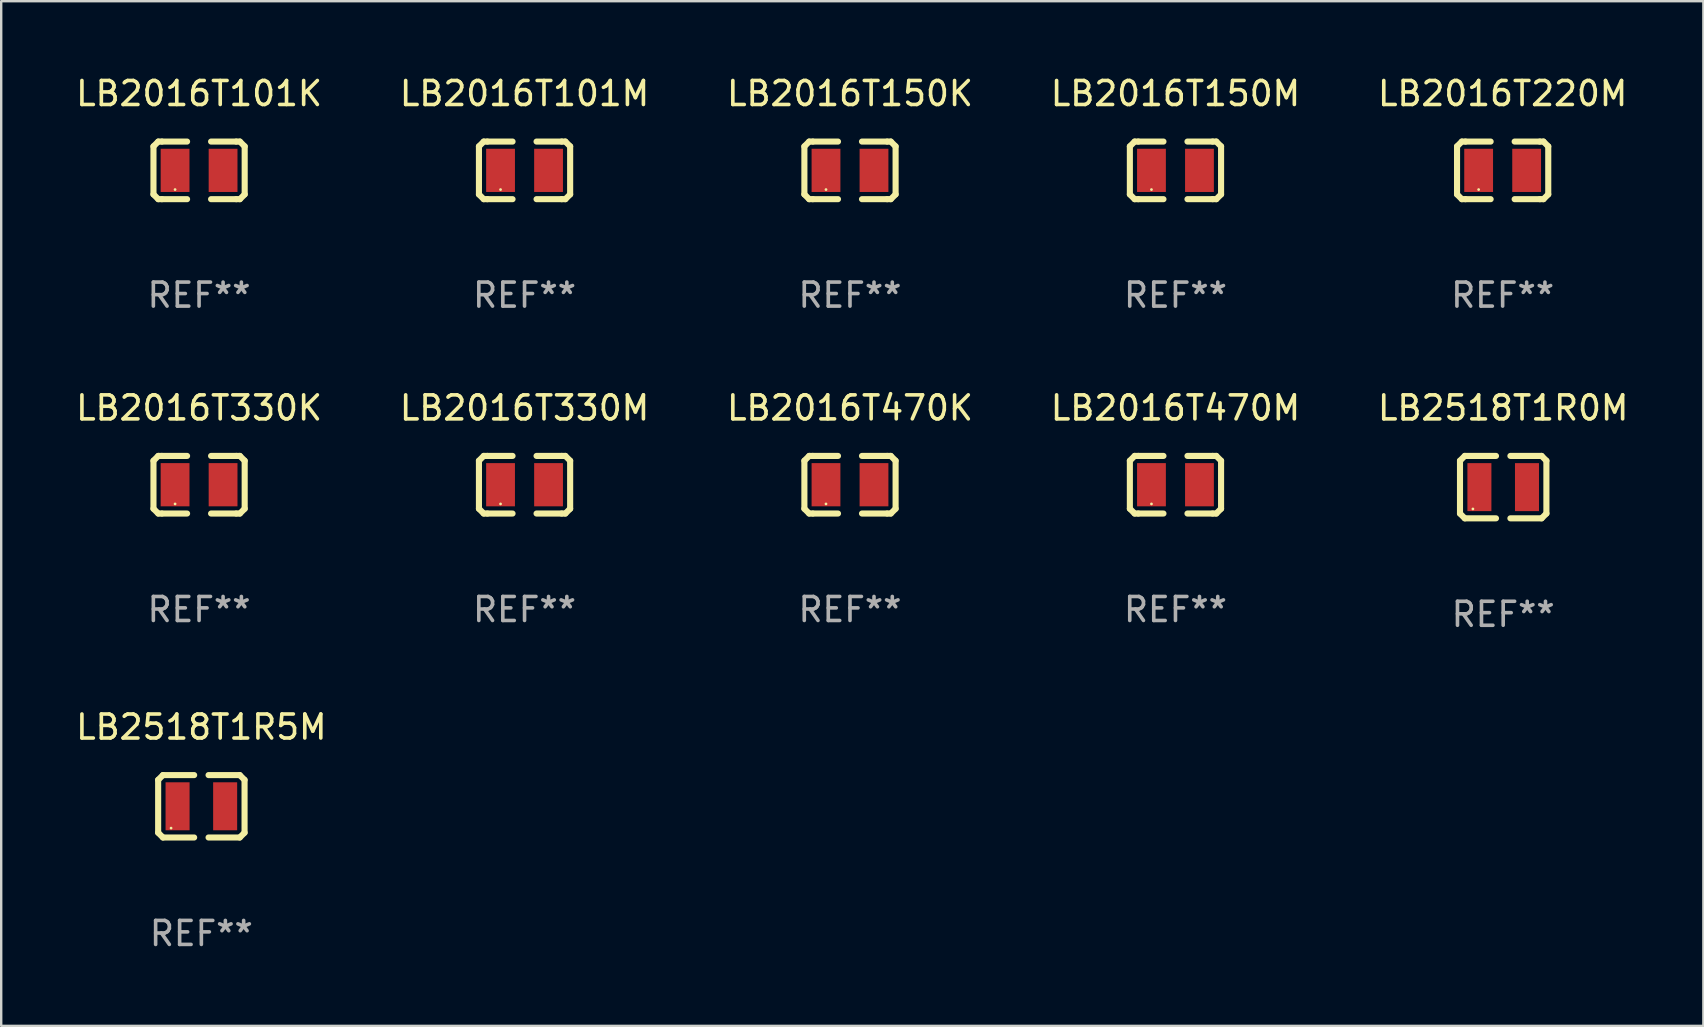
<source format=kicad_pcb>
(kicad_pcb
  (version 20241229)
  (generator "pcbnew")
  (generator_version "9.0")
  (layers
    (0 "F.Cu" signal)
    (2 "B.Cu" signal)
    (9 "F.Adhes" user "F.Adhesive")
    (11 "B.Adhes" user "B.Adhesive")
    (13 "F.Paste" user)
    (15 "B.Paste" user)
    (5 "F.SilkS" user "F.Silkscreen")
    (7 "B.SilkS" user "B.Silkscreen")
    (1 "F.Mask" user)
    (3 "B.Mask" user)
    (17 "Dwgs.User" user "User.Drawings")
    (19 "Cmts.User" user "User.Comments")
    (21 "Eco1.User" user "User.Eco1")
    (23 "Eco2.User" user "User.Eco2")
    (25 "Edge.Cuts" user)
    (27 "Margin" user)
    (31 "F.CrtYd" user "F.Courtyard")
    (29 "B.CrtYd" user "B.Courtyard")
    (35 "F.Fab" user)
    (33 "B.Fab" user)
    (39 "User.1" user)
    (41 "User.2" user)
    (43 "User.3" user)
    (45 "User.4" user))
  (footprint "LB2016T220M"
    (layer "F.Cu")
    (at 59.554 4.048)
    (property "Reference" "LB2016T220M" (at 0 -3.2 0) (layer "F.SilkS") (effects (font (size 1 1) (thickness 0.15))))
    (attr through_hole)
    (fp_line (start -1.9 -1) (end -1.9 1) (stroke (width 0.254) (type solid)) (layer "F.SilkS"))
    (fp_line (start -1.7 -1.2) (end -1.9 -1) (stroke (width 0.254) (type solid)) (layer "F.SilkS"))
    (fp_line (start -1.7 1.2) (end -1.9 1) (stroke (width 0.254) (type solid)) (layer "F.SilkS"))
    (fp_line (start -1.55 -1.2) (end -1.7 -1.2) (stroke (width 0.254) (type solid)) (layer "F.SilkS"))
    (fp_line (start -1.55 1.2) (end -1.7 1.2) (stroke (width 0.254) (type solid)) (layer "F.SilkS"))
    (fp_line (start -0.5 -1.2) (end -1.55 -1.2) (stroke (width 0.254) (type solid)) (layer "F.SilkS"))
    (fp_line (start -0.5 1.2) (end -1.55 1.2) (stroke (width 0.254) (type solid)) (layer "F.SilkS"))
    (fp_line (start 0.5 -1.2) (end 1.55 -1.2) (stroke (width 0.254) (type solid)) (layer "F.SilkS"))
    (fp_line (start 0.5 1.2) (end 1.55 1.2) (stroke (width 0.254) (type solid)) (layer "F.SilkS"))
    (fp_line (start 1.55 -1.2) (end 1.7 -1.2) (stroke (width 0.254) (type solid)) (layer "F.SilkS"))
    (fp_line (start 1.55 1.2) (end 1.7 1.2) (stroke (width 0.254) (type solid)) (layer "F.SilkS"))
    (fp_line (start 1.7 -1.2) (end 1.9 -1) (stroke (width 0.254) (type solid)) (layer "F.SilkS"))
    (fp_line (start 1.7 1.2) (end 1.9 1) (stroke (width 0.254) (type solid)) (layer "F.SilkS"))
    (fp_line (start 1.9 -1) (end 1.9 1) (stroke (width 0.254) (type solid)) (layer "F.SilkS"))
    (fp_circle (center -1 0.8) (end -0.97 0.8) (stroke (width 0.06) (type solid)) (fill no) (layer "F.SilkS"))
    (fp_text user "REF**" (at 0 5.2 0) (layer "F.Fab") (effects (font (size 1 1) (thickness 0.15))))
    (pad "1" smd rect (at -1 0) (size 1.2 1.8) (layers "F.Cu" "F.Mask" "F.Paste"))
    (pad "2" smd rect (at 1 0) (size 1.2 1.8) (layers "F.Cu" "F.Mask" "F.Paste")))
  (footprint "LB2518T1R0M"
    (layer "F.Cu")
    (at 59.577 17.245)
    (property "Reference" "LB2518T1R0M" (at 0 -3.3 0) (layer "F.SilkS") (effects (font (size 1 1) (thickness 0.15))))
    (attr through_hole)
    (fp_line (start -1.8 -1.1) (end -1.8 1.1) (stroke (width 0.254) (type solid)) (layer "F.SilkS"))
    (fp_line (start -1.8 1.1) (end -1.6 1.3) (stroke (width 0.254) (type solid)) (layer "F.SilkS"))
    (fp_line (start -1.6 -1.3) (end -1.8 -1.1) (stroke (width 0.254) (type solid)) (layer "F.SilkS"))
    (fp_line (start -1.6 1.3) (end -0.3 1.3) (stroke (width 0.254) (type solid)) (layer "F.SilkS"))
    (fp_line (start -0.3 -1.3) (end -1.6 -1.3) (stroke (width 0.254) (type solid)) (layer "F.SilkS"))
    (fp_line (start 0.3 1.3) (end 1.6 1.3) (stroke (width 0.254) (type solid)) (layer "F.SilkS"))
    (fp_line (start 1.6 -1.3) (end 0.3 -1.3) (stroke (width 0.254) (type solid)) (layer "F.SilkS"))
    (fp_line (start 1.6 1.3) (end 1.8 1.1) (stroke (width 0.254) (type solid)) (layer "F.SilkS"))
    (fp_line (start 1.8 -1.1) (end 1.6 -1.3) (stroke (width 0.254) (type solid)) (layer "F.SilkS"))
    (fp_line (start 1.8 1.1) (end 1.8 -1.1) (stroke (width 0.254) (type solid)) (layer "F.SilkS"))
    (fp_circle (center -1.262 0.909) (end -1.232 0.909) (stroke (width 0.06) (type solid)) (fill no) (layer "F.SilkS"))
    (fp_text user "REF**" (at 0 5.3 0) (layer "F.Fab") (effects (font (size 1 1) (thickness 0.15))))
    (pad "1" smd rect (at -0.991 -0.00014 90) (size 1.999 1) (layers "F.Cu" "F.Mask" "F.Paste"))
    (pad "2" smd rect (at 0.991 -0.00014 90) (size 1.999 1) (layers "F.Cu" "F.Mask" "F.Paste")))
  (footprint "LB2016T101M"
    (layer "F.Cu")
    (at 18.804 4.048)
    (property "Reference" "LB2016T101M" (at 0 -3.2 0) (layer "F.SilkS") (effects (font (size 1 1) (thickness 0.15))))
    (attr through_hole)
    (fp_line (start -1.9 -1) (end -1.9 1) (stroke (width 0.254) (type solid)) (layer "F.SilkS"))
    (fp_line (start -1.7 -1.2) (end -1.9 -1) (stroke (width 0.254) (type solid)) (layer "F.SilkS"))
    (fp_line (start -1.7 1.2) (end -1.9 1) (stroke (width 0.254) (type solid)) (layer "F.SilkS"))
    (fp_line (start -1.55 -1.2) (end -1.7 -1.2) (stroke (width 0.254) (type solid)) (layer "F.SilkS"))
    (fp_line (start -1.55 1.2) (end -1.7 1.2) (stroke (width 0.254) (type solid)) (layer "F.SilkS"))
    (fp_line (start -0.5 -1.2) (end -1.55 -1.2) (stroke (width 0.254) (type solid)) (layer "F.SilkS"))
    (fp_line (start -0.5 1.2) (end -1.55 1.2) (stroke (width 0.254) (type solid)) (layer "F.SilkS"))
    (fp_line (start 0.5 -1.2) (end 1.55 -1.2) (stroke (width 0.254) (type solid)) (layer "F.SilkS"))
    (fp_line (start 0.5 1.2) (end 1.55 1.2) (stroke (width 0.254) (type solid)) (layer "F.SilkS"))
    (fp_line (start 1.55 -1.2) (end 1.7 -1.2) (stroke (width 0.254) (type solid)) (layer "F.SilkS"))
    (fp_line (start 1.55 1.2) (end 1.7 1.2) (stroke (width 0.254) (type solid)) (layer "F.SilkS"))
    (fp_line (start 1.7 -1.2) (end 1.9 -1) (stroke (width 0.254) (type solid)) (layer "F.SilkS"))
    (fp_line (start 1.7 1.2) (end 1.9 1) (stroke (width 0.254) (type solid)) (layer "F.SilkS"))
    (fp_line (start 1.9 -1) (end 1.9 1) (stroke (width 0.254) (type solid)) (layer "F.SilkS"))
    (fp_circle (center -1 0.8) (end -0.97 0.8) (stroke (width 0.06) (type solid)) (fill no) (layer "F.SilkS"))
    (fp_text user "REF**" (at 0 5.2 0) (layer "F.Fab") (effects (font (size 1 1) (thickness 0.15))))
    (pad "1" smd rect (at -1 0) (size 1.2 1.8) (layers "F.Cu" "F.Mask" "F.Paste"))
    (pad "2" smd rect (at 1 0) (size 1.2 1.8) (layers "F.Cu" "F.Mask" "F.Paste")))
  (footprint "LB2016T470M"
    (layer "F.Cu")
    (at 45.923 17.145)
    (property "Reference" "LB2016T470M" (at 0 -3.2 0) (layer "F.SilkS") (effects (font (size 1 1) (thickness 0.15))))
    (attr through_hole)
    (fp_line (start -1.9 -1) (end -1.9 1) (stroke (width 0.254) (type solid)) (layer "F.SilkS"))
    (fp_line (start -1.7 -1.2) (end -1.9 -1) (stroke (width 0.254) (type solid)) (layer "F.SilkS"))
    (fp_line (start -1.7 1.2) (end -1.9 1) (stroke (width 0.254) (type solid)) (layer "F.SilkS"))
    (fp_line (start -1.55 -1.2) (end -1.7 -1.2) (stroke (width 0.254) (type solid)) (layer "F.SilkS"))
    (fp_line (start -1.55 1.2) (end -1.7 1.2) (stroke (width 0.254) (type solid)) (layer "F.SilkS"))
    (fp_line (start -0.5 -1.2) (end -1.55 -1.2) (stroke (width 0.254) (type solid)) (layer "F.SilkS"))
    (fp_line (start -0.5 1.2) (end -1.55 1.2) (stroke (width 0.254) (type solid)) (layer "F.SilkS"))
    (fp_line (start 0.5 -1.2) (end 1.55 -1.2) (stroke (width 0.254) (type solid)) (layer "F.SilkS"))
    (fp_line (start 0.5 1.2) (end 1.55 1.2) (stroke (width 0.254) (type solid)) (layer "F.SilkS"))
    (fp_line (start 1.55 -1.2) (end 1.7 -1.2) (stroke (width 0.254) (type solid)) (layer "F.SilkS"))
    (fp_line (start 1.55 1.2) (end 1.7 1.2) (stroke (width 0.254) (type solid)) (layer "F.SilkS"))
    (fp_line (start 1.7 -1.2) (end 1.9 -1) (stroke (width 0.254) (type solid)) (layer "F.SilkS"))
    (fp_line (start 1.7 1.2) (end 1.9 1) (stroke (width 0.254) (type solid)) (layer "F.SilkS"))
    (fp_line (start 1.9 -1) (end 1.9 1) (stroke (width 0.254) (type solid)) (layer "F.SilkS"))
    (fp_circle (center -1 0.8) (end -0.97 0.8) (stroke (width 0.06) (type solid)) (fill no) (layer "F.SilkS"))
    (fp_text user "REF**" (at 0 5.2 0) (layer "F.Fab") (effects (font (size 1 1) (thickness 0.15))))
    (pad "1" smd rect (at -1 0) (size 1.2 1.8) (layers "F.Cu" "F.Mask" "F.Paste"))
    (pad "2" smd rect (at 1 0) (size 1.2 1.8) (layers "F.Cu" "F.Mask" "F.Paste")))
  (footprint "LB2016T330M"
    (layer "F.Cu")
    (at 18.804 17.145)
    (property "Reference" "LB2016T330M" (at 0 -3.2 0) (layer "F.SilkS") (effects (font (size 1 1) (thickness 0.15))))
    (attr through_hole)
    (fp_line (start -1.9 -1) (end -1.9 1) (stroke (width 0.254) (type solid)) (layer "F.SilkS"))
    (fp_line (start -1.7 -1.2) (end -1.9 -1) (stroke (width 0.254) (type solid)) (layer "F.SilkS"))
    (fp_line (start -1.7 1.2) (end -1.9 1) (stroke (width 0.254) (type solid)) (layer "F.SilkS"))
    (fp_line (start -1.55 -1.2) (end -1.7 -1.2) (stroke (width 0.254) (type solid)) (layer "F.SilkS"))
    (fp_line (start -1.55 1.2) (end -1.7 1.2) (stroke (width 0.254) (type solid)) (layer "F.SilkS"))
    (fp_line (start -0.5 -1.2) (end -1.55 -1.2) (stroke (width 0.254) (type solid)) (layer "F.SilkS"))
    (fp_line (start -0.5 1.2) (end -1.55 1.2) (stroke (width 0.254) (type solid)) (layer "F.SilkS"))
    (fp_line (start 0.5 -1.2) (end 1.55 -1.2) (stroke (width 0.254) (type solid)) (layer "F.SilkS"))
    (fp_line (start 0.5 1.2) (end 1.55 1.2) (stroke (width 0.254) (type solid)) (layer "F.SilkS"))
    (fp_line (start 1.55 -1.2) (end 1.7 -1.2) (stroke (width 0.254) (type solid)) (layer "F.SilkS"))
    (fp_line (start 1.55 1.2) (end 1.7 1.2) (stroke (width 0.254) (type solid)) (layer "F.SilkS"))
    (fp_line (start 1.7 -1.2) (end 1.9 -1) (stroke (width 0.254) (type solid)) (layer "F.SilkS"))
    (fp_line (start 1.7 1.2) (end 1.9 1) (stroke (width 0.254) (type solid)) (layer "F.SilkS"))
    (fp_line (start 1.9 -1) (end 1.9 1) (stroke (width 0.254) (type solid)) (layer "F.SilkS"))
    (fp_circle (center -1 0.8) (end -0.97 0.8) (stroke (width 0.06) (type solid)) (fill no) (layer "F.SilkS"))
    (fp_text user "REF**" (at 0 5.2 0) (layer "F.Fab") (effects (font (size 1 1) (thickness 0.15))))
    (pad "1" smd rect (at -1 0) (size 1.2 1.8) (layers "F.Cu" "F.Mask" "F.Paste"))
    (pad "2" smd rect (at 1 0) (size 1.2 1.8) (layers "F.Cu" "F.Mask" "F.Paste")))
  (footprint "LB2016T330K"
    (layer "F.Cu")
    (at 5.244 17.145)
    (property "Reference" "LB2016T330K" (at 0 -3.2 0) (layer "F.SilkS") (effects (font (size 1 1) (thickness 0.15))))
    (attr through_hole)
    (fp_line (start -1.9 -1) (end -1.9 1) (stroke (width 0.254) (type solid)) (layer "F.SilkS"))
    (fp_line (start -1.7 -1.2) (end -1.9 -1) (stroke (width 0.254) (type solid)) (layer "F.SilkS"))
    (fp_line (start -1.7 1.2) (end -1.9 1) (stroke (width 0.254) (type solid)) (layer "F.SilkS"))
    (fp_line (start -1.55 -1.2) (end -1.7 -1.2) (stroke (width 0.254) (type solid)) (layer "F.SilkS"))
    (fp_line (start -1.55 1.2) (end -1.7 1.2) (stroke (width 0.254) (type solid)) (layer "F.SilkS"))
    (fp_line (start -0.5 -1.2) (end -1.55 -1.2) (stroke (width 0.254) (type solid)) (layer "F.SilkS"))
    (fp_line (start -0.5 1.2) (end -1.55 1.2) (stroke (width 0.254) (type solid)) (layer "F.SilkS"))
    (fp_line (start 0.5 -1.2) (end 1.55 -1.2) (stroke (width 0.254) (type solid)) (layer "F.SilkS"))
    (fp_line (start 0.5 1.2) (end 1.55 1.2) (stroke (width 0.254) (type solid)) (layer "F.SilkS"))
    (fp_line (start 1.55 -1.2) (end 1.7 -1.2) (stroke (width 0.254) (type solid)) (layer "F.SilkS"))
    (fp_line (start 1.55 1.2) (end 1.7 1.2) (stroke (width 0.254) (type solid)) (layer "F.SilkS"))
    (fp_line (start 1.7 -1.2) (end 1.9 -1) (stroke (width 0.254) (type solid)) (layer "F.SilkS"))
    (fp_line (start 1.7 1.2) (end 1.9 1) (stroke (width 0.254) (type solid)) (layer "F.SilkS"))
    (fp_line (start 1.9 -1) (end 1.9 1) (stroke (width 0.254) (type solid)) (layer "F.SilkS"))
    (fp_circle (center -1 0.8) (end -0.97 0.8) (stroke (width 0.06) (type solid)) (fill no) (layer "F.SilkS"))
    (fp_text user "REF**" (at 0 5.2 0) (layer "F.Fab") (effects (font (size 1 1) (thickness 0.15))))
    (pad "1" smd rect (at -1 0) (size 1.2 1.8) (layers "F.Cu" "F.Mask" "F.Paste"))
    (pad "2" smd rect (at 1 0) (size 1.2 1.8) (layers "F.Cu" "F.Mask" "F.Paste")))
  (footprint "LB2016T150K"
    (layer "F.Cu")
    (at 32.363 4.048)
    (property "Reference" "LB2016T150K" (at 0 -3.2 0) (layer "F.SilkS") (effects (font (size 1 1) (thickness 0.15))))
    (attr through_hole)
    (fp_line (start -1.9 -1) (end -1.9 1) (stroke (width 0.254) (type solid)) (layer "F.SilkS"))
    (fp_line (start -1.7 -1.2) (end -1.9 -1) (stroke (width 0.254) (type solid)) (layer "F.SilkS"))
    (fp_line (start -1.7 1.2) (end -1.9 1) (stroke (width 0.254) (type solid)) (layer "F.SilkS"))
    (fp_line (start -1.55 -1.2) (end -1.7 -1.2) (stroke (width 0.254) (type solid)) (layer "F.SilkS"))
    (fp_line (start -1.55 1.2) (end -1.7 1.2) (stroke (width 0.254) (type solid)) (layer "F.SilkS"))
    (fp_line (start -0.5 -1.2) (end -1.55 -1.2) (stroke (width 0.254) (type solid)) (layer "F.SilkS"))
    (fp_line (start -0.5 1.2) (end -1.55 1.2) (stroke (width 0.254) (type solid)) (layer "F.SilkS"))
    (fp_line (start 0.5 -1.2) (end 1.55 -1.2) (stroke (width 0.254) (type solid)) (layer "F.SilkS"))
    (fp_line (start 0.5 1.2) (end 1.55 1.2) (stroke (width 0.254) (type solid)) (layer "F.SilkS"))
    (fp_line (start 1.55 -1.2) (end 1.7 -1.2) (stroke (width 0.254) (type solid)) (layer "F.SilkS"))
    (fp_line (start 1.55 1.2) (end 1.7 1.2) (stroke (width 0.254) (type solid)) (layer "F.SilkS"))
    (fp_line (start 1.7 -1.2) (end 1.9 -1) (stroke (width 0.254) (type solid)) (layer "F.SilkS"))
    (fp_line (start 1.7 1.2) (end 1.9 1) (stroke (width 0.254) (type solid)) (layer "F.SilkS"))
    (fp_line (start 1.9 -1) (end 1.9 1) (stroke (width 0.254) (type solid)) (layer "F.SilkS"))
    (fp_circle (center -1 0.8) (end -0.97 0.8) (stroke (width 0.06) (type solid)) (fill no) (layer "F.SilkS"))
    (fp_text user "REF**" (at 0 5.2 0) (layer "F.Fab") (effects (font (size 1 1) (thickness 0.15))))
    (pad "1" smd rect (at -1 0) (size 1.2 1.8) (layers "F.Cu" "F.Mask" "F.Paste"))
    (pad "2" smd rect (at 1 0) (size 1.2 1.8) (layers "F.Cu" "F.Mask" "F.Paste")))
  (footprint "LB2016T470K"
    (layer "F.Cu")
    (at 32.363 17.145)
    (property "Reference" "LB2016T470K" (at 0 -3.2 0) (layer "F.SilkS") (effects (font (size 1 1) (thickness 0.15))))
    (attr through_hole)
    (fp_line (start -1.9 -1) (end -1.9 1) (stroke (width 0.254) (type solid)) (layer "F.SilkS"))
    (fp_line (start -1.7 -1.2) (end -1.9 -1) (stroke (width 0.254) (type solid)) (layer "F.SilkS"))
    (fp_line (start -1.7 1.2) (end -1.9 1) (stroke (width 0.254) (type solid)) (layer "F.SilkS"))
    (fp_line (start -1.55 -1.2) (end -1.7 -1.2) (stroke (width 0.254) (type solid)) (layer "F.SilkS"))
    (fp_line (start -1.55 1.2) (end -1.7 1.2) (stroke (width 0.254) (type solid)) (layer "F.SilkS"))
    (fp_line (start -0.5 -1.2) (end -1.55 -1.2) (stroke (width 0.254) (type solid)) (layer "F.SilkS"))
    (fp_line (start -0.5 1.2) (end -1.55 1.2) (stroke (width 0.254) (type solid)) (layer "F.SilkS"))
    (fp_line (start 0.5 -1.2) (end 1.55 -1.2) (stroke (width 0.254) (type solid)) (layer "F.SilkS"))
    (fp_line (start 0.5 1.2) (end 1.55 1.2) (stroke (width 0.254) (type solid)) (layer "F.SilkS"))
    (fp_line (start 1.55 -1.2) (end 1.7 -1.2) (stroke (width 0.254) (type solid)) (layer "F.SilkS"))
    (fp_line (start 1.55 1.2) (end 1.7 1.2) (stroke (width 0.254) (type solid)) (layer "F.SilkS"))
    (fp_line (start 1.7 -1.2) (end 1.9 -1) (stroke (width 0.254) (type solid)) (layer "F.SilkS"))
    (fp_line (start 1.7 1.2) (end 1.9 1) (stroke (width 0.254) (type solid)) (layer "F.SilkS"))
    (fp_line (start 1.9 -1) (end 1.9 1) (stroke (width 0.254) (type solid)) (layer "F.SilkS"))
    (fp_circle (center -1 0.8) (end -0.97 0.8) (stroke (width 0.06) (type solid)) (fill no) (layer "F.SilkS"))
    (fp_text user "REF**" (at 0 5.2 0) (layer "F.Fab") (effects (font (size 1 1) (thickness 0.15))))
    (pad "1" smd rect (at -1 0) (size 1.2 1.8) (layers "F.Cu" "F.Mask" "F.Paste"))
    (pad "2" smd rect (at 1 0) (size 1.2 1.8) (layers "F.Cu" "F.Mask" "F.Paste")))
  (footprint "LB2518T1R5M"
    (layer "F.Cu")
    (at 5.339 30.542)
    (property "Reference" "LB2518T1R5M" (at 0 -3.3 0) (layer "F.SilkS") (effects (font (size 1 1) (thickness 0.15))))
    (attr through_hole)
    (fp_line (start -1.8 -1.1) (end -1.8 1.1) (stroke (width 0.254) (type solid)) (layer "F.SilkS"))
    (fp_line (start -1.8 1.1) (end -1.6 1.3) (stroke (width 0.254) (type solid)) (layer "F.SilkS"))
    (fp_line (start -1.6 -1.3) (end -1.8 -1.1) (stroke (width 0.254) (type solid)) (layer "F.SilkS"))
    (fp_line (start -1.6 1.3) (end -0.3 1.3) (stroke (width 0.254) (type solid)) (layer "F.SilkS"))
    (fp_line (start -0.3 -1.3) (end -1.6 -1.3) (stroke (width 0.254) (type solid)) (layer "F.SilkS"))
    (fp_line (start 0.3 1.3) (end 1.6 1.3) (stroke (width 0.254) (type solid)) (layer "F.SilkS"))
    (fp_line (start 1.6 -1.3) (end 0.3 -1.3) (stroke (width 0.254) (type solid)) (layer "F.SilkS"))
    (fp_line (start 1.6 1.3) (end 1.8 1.1) (stroke (width 0.254) (type solid)) (layer "F.SilkS"))
    (fp_line (start 1.8 -1.1) (end 1.6 -1.3) (stroke (width 0.254) (type solid)) (layer "F.SilkS"))
    (fp_line (start 1.8 1.1) (end 1.8 -1.1) (stroke (width 0.254) (type solid)) (layer "F.SilkS"))
    (fp_circle (center -1.262 0.909) (end -1.232 0.909) (stroke (width 0.06) (type solid)) (fill no) (layer "F.SilkS"))
    (fp_text user "REF**" (at 0 5.3 0) (layer "F.Fab") (effects (font (size 1 1) (thickness 0.15))))
    (pad "1" smd rect (at -0.991 -0.00014 90) (size 1.999 1) (layers "F.Cu" "F.Mask" "F.Paste"))
    (pad "2" smd rect (at 0.991 -0.00014 90) (size 1.999 1) (layers "F.Cu" "F.Mask" "F.Paste")))
  (footprint "LB2016T101K"
    (layer "F.Cu")
    (at 5.244 4.048)
    (property "Reference" "LB2016T101K" (at 0 -3.2 0) (layer "F.SilkS") (effects (font (size 1 1) (thickness 0.15))))
    (attr through_hole)
    (fp_line (start -1.9 -1) (end -1.9 1) (stroke (width 0.254) (type solid)) (layer "F.SilkS"))
    (fp_line (start -1.7 -1.2) (end -1.9 -1) (stroke (width 0.254) (type solid)) (layer "F.SilkS"))
    (fp_line (start -1.7 1.2) (end -1.9 1) (stroke (width 0.254) (type solid)) (layer "F.SilkS"))
    (fp_line (start -1.55 -1.2) (end -1.7 -1.2) (stroke (width 0.254) (type solid)) (layer "F.SilkS"))
    (fp_line (start -1.55 1.2) (end -1.7 1.2) (stroke (width 0.254) (type solid)) (layer "F.SilkS"))
    (fp_line (start -0.5 -1.2) (end -1.55 -1.2) (stroke (width 0.254) (type solid)) (layer "F.SilkS"))
    (fp_line (start -0.5 1.2) (end -1.55 1.2) (stroke (width 0.254) (type solid)) (layer "F.SilkS"))
    (fp_line (start 0.5 -1.2) (end 1.55 -1.2) (stroke (width 0.254) (type solid)) (layer "F.SilkS"))
    (fp_line (start 0.5 1.2) (end 1.55 1.2) (stroke (width 0.254) (type solid)) (layer "F.SilkS"))
    (fp_line (start 1.55 -1.2) (end 1.7 -1.2) (stroke (width 0.254) (type solid)) (layer "F.SilkS"))
    (fp_line (start 1.55 1.2) (end 1.7 1.2) (stroke (width 0.254) (type solid)) (layer "F.SilkS"))
    (fp_line (start 1.7 -1.2) (end 1.9 -1) (stroke (width 0.254) (type solid)) (layer "F.SilkS"))
    (fp_line (start 1.7 1.2) (end 1.9 1) (stroke (width 0.254) (type solid)) (layer "F.SilkS"))
    (fp_line (start 1.9 -1) (end 1.9 1) (stroke (width 0.254) (type solid)) (layer "F.SilkS"))
    (fp_circle (center -1 0.8) (end -0.97 0.8) (stroke (width 0.06) (type solid)) (fill no) (layer "F.SilkS"))
    (fp_text user "REF**" (at 0 5.2 0) (layer "F.Fab") (effects (font (size 1 1) (thickness 0.15))))
    (pad "1" smd rect (at -1 0) (size 1.2 1.8) (layers "F.Cu" "F.Mask" "F.Paste"))
    (pad "2" smd rect (at 1 0) (size 1.2 1.8) (layers "F.Cu" "F.Mask" "F.Paste")))
  (footprint "LB2016T150M"
    (layer "F.Cu")
    (at 45.923 4.048)
    (property "Reference" "LB2016T150M" (at 0 -3.2 0) (layer "F.SilkS") (effects (font (size 1 1) (thickness 0.15))))
    (attr through_hole)
    (fp_line (start -1.9 -1) (end -1.9 1) (stroke (width 0.254) (type solid)) (layer "F.SilkS"))
    (fp_line (start -1.7 -1.2) (end -1.9 -1) (stroke (width 0.254) (type solid)) (layer "F.SilkS"))
    (fp_line (start -1.7 1.2) (end -1.9 1) (stroke (width 0.254) (type solid)) (layer "F.SilkS"))
    (fp_line (start -1.55 -1.2) (end -1.7 -1.2) (stroke (width 0.254) (type solid)) (layer "F.SilkS"))
    (fp_line (start -1.55 1.2) (end -1.7 1.2) (stroke (width 0.254) (type solid)) (layer "F.SilkS"))
    (fp_line (start -0.5 -1.2) (end -1.55 -1.2) (stroke (width 0.254) (type solid)) (layer "F.SilkS"))
    (fp_line (start -0.5 1.2) (end -1.55 1.2) (stroke (width 0.254) (type solid)) (layer "F.SilkS"))
    (fp_line (start 0.5 -1.2) (end 1.55 -1.2) (stroke (width 0.254) (type solid)) (layer "F.SilkS"))
    (fp_line (start 0.5 1.2) (end 1.55 1.2) (stroke (width 0.254) (type solid)) (layer "F.SilkS"))
    (fp_line (start 1.55 -1.2) (end 1.7 -1.2) (stroke (width 0.254) (type solid)) (layer "F.SilkS"))
    (fp_line (start 1.55 1.2) (end 1.7 1.2) (stroke (width 0.254) (type solid)) (layer "F.SilkS"))
    (fp_line (start 1.7 -1.2) (end 1.9 -1) (stroke (width 0.254) (type solid)) (layer "F.SilkS"))
    (fp_line (start 1.7 1.2) (end 1.9 1) (stroke (width 0.254) (type solid)) (layer "F.SilkS"))
    (fp_line (start 1.9 -1) (end 1.9 1) (stroke (width 0.254) (type solid)) (layer "F.SilkS"))
    (fp_circle (center -1 0.8) (end -0.97 0.8) (stroke (width 0.06) (type solid)) (fill no) (layer "F.SilkS"))
    (fp_text user "REF**" (at 0 5.2 0) (layer "F.Fab") (effects (font (size 1 1) (thickness 0.15))))
    (pad "1" smd rect (at -1 0) (size 1.2 1.8) (layers "F.Cu" "F.Mask" "F.Paste"))
    (pad "2" smd rect (at 1 0) (size 1.2 1.8) (layers "F.Cu" "F.Mask" "F.Paste")))
  (gr_rect
    (start -3 -3)
    (end 67.917 39.69)
    (stroke (width 0.1) (type default))
    (fill no)
    (layer "Edge.Cuts")))
</source>
